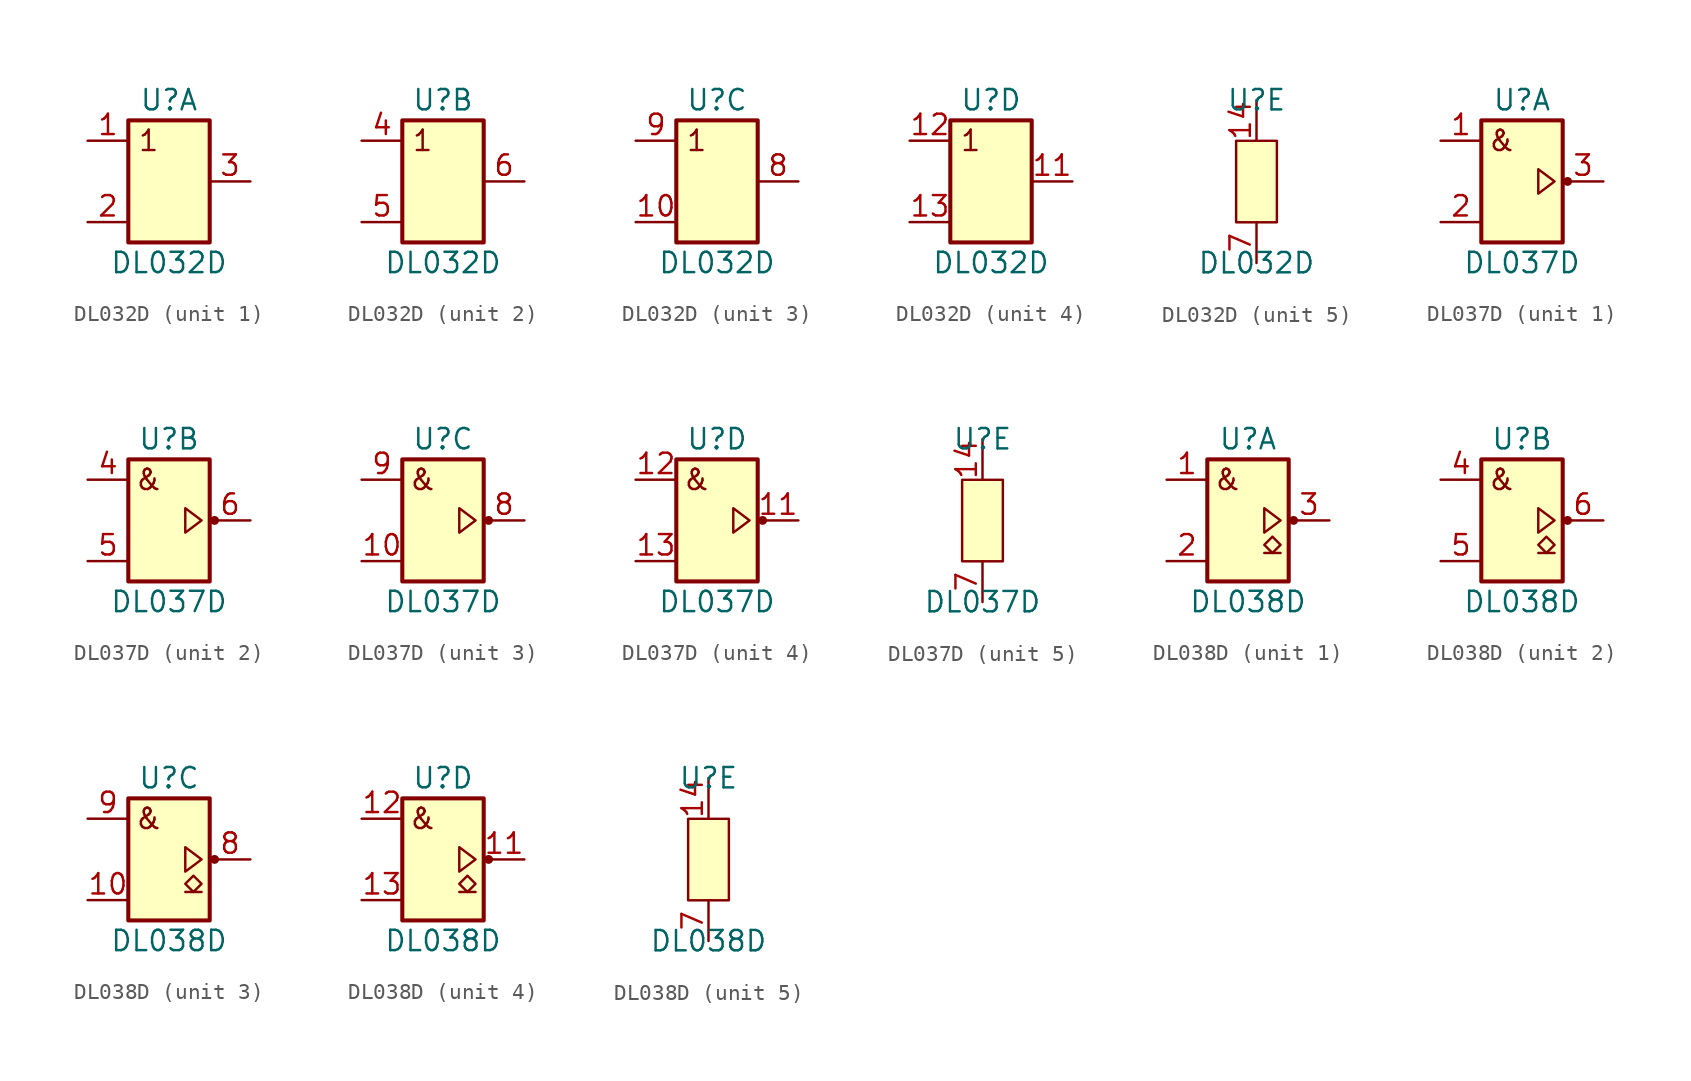
<source format=kicad_sym>
(kicad_symbol_lib
  (version 20211014)
  (generator kicad_symbol_editor)
  (symbol "DL032D"
    (pin_names
      (offset 1.016) hide)
    (property "Reference" "U"
      (at 0 5.08 0)
      (effects (font (size 1.27 1.27))))
    (property "Value" "DL032D"
      (at 0 -5.08 0)
      (effects (font (size 1.27 1.27))))
    (property "ki_locked" ""
      (at 0 0 0)
      (effects (font (size 1.27 1.27))))
    (symbol "DL032D_1_0"
      (pin output line (at 5.08 0 180) (length 2.54) (name "Y1" (effects (font (size 1.27 1.27)))) (number "3" (effects (font (size 1.27 1.27))))))
    (symbol "DL032D_1_1"
      (rectangle (start -2.54 3.81) (end 2.54 -3.81) (stroke (width 0.254) (type default) (color 0 0 0 0)) (fill (type background)))
      (text "1" (at -1.27 2.54 0) (effects (font (size 1.27 1.27))))
      (pin input line (at -5.08 2.54 0) (length 2.54) (name "A1" (effects (font (size 1.27 1.27)))) (number "1" (effects (font (size 1.27 1.27)))))
      (pin input line (at -5.08 -2.54 0) (length 2.54) (name "B1" (effects (font (size 1.27 1.27)))) (number "2" (effects (font (size 1.27 1.27))))))
    (symbol "DL032D_2_0"
      (pin input line (at -5.08 2.54 0) (length 2.54) (name "A2" (effects (font (size 1.27 1.27)))) (number "4" (effects (font (size 1.27 1.27)))))
      (pin input line (at -5.08 -2.54 0) (length 2.54) (name "B2" (effects (font (size 1.27 1.27)))) (number "5" (effects (font (size 1.27 1.27)))))
      (pin output line (at 5.08 0 180) (length 2.54) (name "Y2" (effects (font (size 1.27 1.27)))) (number "6" (effects (font (size 1.27 1.27))))))
    (symbol "DL032D_2_1"
      (rectangle (start -2.54 3.81) (end 2.54 -3.81) (stroke (width 0.254) (type default) (color 0 0 0 0)) (fill (type background)))
      (text "1" (at -1.27 2.54 0) (effects (font (size 1.27 1.27)))))
    (symbol "DL032D_3_0"
      (pin output line (at 5.08 0 180) (length 2.54) (name "Y3" (effects (font (size 1.27 1.27)))) (number "8" (effects (font (size 1.27 1.27))))))
    (symbol "DL032D_3_1"
      (rectangle (start -2.54 3.81) (end 2.54 -3.81) (stroke (width 0.254) (type default) (color 0 0 0 0)) (fill (type background)))
      (text "1" (at -1.27 2.54 0) (effects (font (size 1.27 1.27))))
      (pin input line (at -5.08 -2.54 0) (length 2.54) (name "B3" (effects (font (size 1.27 1.27)))) (number "10" (effects (font (size 1.27 1.27)))))
      (pin input line (at -5.08 2.54 0) (length 2.54) (name "A3" (effects (font (size 1.27 1.27)))) (number "9" (effects (font (size 1.27 1.27))))))
    (symbol "DL032D_4_0"
      (pin output line (at 5.08 0 180) (length 2.54) (name "Y4" (effects (font (size 1.27 1.27)))) (number "11" (effects (font (size 1.27 1.27))))))
    (symbol "DL032D_4_1"
      (rectangle (start -2.54 3.81) (end 2.54 -3.81) (stroke (width 0.254) (type default) (color 0 0 0 0)) (fill (type background)))
      (text "1" (at -1.27 2.54 0) (effects (font (size 1.27 1.27))))
      (pin input line (at -5.08 2.54 0) (length 2.54) (name "A4" (effects (font (size 1.27 1.27)))) (number "12" (effects (font (size 1.27 1.27)))))
      (pin input line (at -5.08 -2.54 0) (length 2.54) (name "B4" (effects (font (size 1.27 1.27)))) (number "13" (effects (font (size 1.27 1.27))))))
    (symbol "DL032D_5_1"
      (rectangle (start -1.27 2.54) (end 1.27 -2.54) (stroke (width 0) (type default) (color 0 0 0 0)) (fill (type background)))
      (pin power_in line (at 0 5.08 270) (length 2.54) (name "Vcc" (effects (font (size 1.27 1.27)))) (number "14" (effects (font (size 1.27 1.27)))))
      (pin power_in line (at 0 -5.08 90) (length 2.54) (name "GND" (effects (font (size 1.27 1.27)))) (number "7" (effects (font (size 1.27 1.27)))))))
  (symbol "DL037D"
    (pin_names
      (offset 1.016) hide)
    (property "Reference" "U"
      (at 0 5.08 0)
      (effects (font (size 1.27 1.27))))
    (property "Value" "DL037D"
      (at 0 -5.08 0)
      (effects (font (size 1.27 1.27))))
    (property "ki_locked" ""
      (at 0 0 0)
      (effects (font (size 1.27 1.27))))
    (symbol "DL037D_1_0"
      (pin output line (at 5.08 0 180) (length 2.54) (name "Y1" (effects (font (size 1.27 1.27)))) (number "3" (effects (font (size 1.27 1.27))))))
    (symbol "DL037D_1_1"
      (rectangle (start -2.54 3.81) (end 2.54 -3.81) (stroke (width 0.254) (type default) (color 0 0 0 0)) (fill (type background)))
      (polyline (pts (xy 2.032 0) (xy 1.016 0.762) (xy 1.016 -0.762) (xy 2.032 0)) (stroke (width 0) (type default) (color 0 0 0 0)) (fill (type none)))
      (circle (center 2.845 0) (radius 0.203) (stroke (width 0) (type default) (color 0 0 0 0)) (fill (type outline)))
      (text "&" (at -1.27 2.54 0) (effects (font (size 1.27 1.27))))
      (pin input line (at -5.08 2.54 0) (length 2.54) (name "A1" (effects (font (size 1.27 1.27)))) (number "1" (effects (font (size 1.27 1.27)))))
      (pin input line (at -5.08 -2.54 0) (length 2.54) (name "B1" (effects (font (size 1.27 1.27)))) (number "2" (effects (font (size 1.27 1.27))))))
    (symbol "DL037D_2_0"
      (pin input line (at -5.08 2.54 0) (length 2.54) (name "A2" (effects (font (size 1.27 1.27)))) (number "4" (effects (font (size 1.27 1.27)))))
      (pin input line (at -5.08 -2.54 0) (length 2.54) (name "B2" (effects (font (size 1.27 1.27)))) (number "5" (effects (font (size 1.27 1.27)))))
      (pin output line (at 5.08 0 180) (length 2.54) (name "Y2" (effects (font (size 1.27 1.27)))) (number "6" (effects (font (size 1.27 1.27))))))
    (symbol "DL037D_2_1"
      (rectangle (start -2.54 3.81) (end 2.54 -3.81) (stroke (width 0.254) (type default) (color 0 0 0 0)) (fill (type background)))
      (polyline (pts (xy 2.032 0) (xy 1.016 0.762) (xy 1.016 -0.762) (xy 2.032 0)) (stroke (width 0) (type default) (color 0 0 0 0)) (fill (type none)))
      (circle (center 2.845 0) (radius 0.203) (stroke (width 0) (type default) (color 0 0 0 0)) (fill (type outline)))
      (text "&" (at -1.27 2.54 0) (effects (font (size 1.27 1.27)))))
    (symbol "DL037D_3_0"
      (pin output line (at 5.08 0 180) (length 2.54) (name "Y3" (effects (font (size 1.27 1.27)))) (number "8" (effects (font (size 1.27 1.27))))))
    (symbol "DL037D_3_1"
      (rectangle (start -2.54 3.81) (end 2.54 -3.81) (stroke (width 0.254) (type default) (color 0 0 0 0)) (fill (type background)))
      (polyline (pts (xy 2.032 0) (xy 1.016 0.762) (xy 1.016 -0.762) (xy 2.032 0)) (stroke (width 0) (type default) (color 0 0 0 0)) (fill (type none)))
      (circle (center 2.845 0) (radius 0.203) (stroke (width 0) (type default) (color 0 0 0 0)) (fill (type outline)))
      (text "&" (at -1.27 2.54 0) (effects (font (size 1.27 1.27))))
      (pin input line (at -5.08 -2.54 0) (length 2.54) (name "B3" (effects (font (size 1.27 1.27)))) (number "10" (effects (font (size 1.27 1.27)))))
      (pin input line (at -5.08 2.54 0) (length 2.54) (name "A3" (effects (font (size 1.27 1.27)))) (number "9" (effects (font (size 1.27 1.27))))))
    (symbol "DL037D_4_0"
      (pin output line (at 5.08 0 180) (length 2.54) (name "Y4" (effects (font (size 1.27 1.27)))) (number "11" (effects (font (size 1.27 1.27))))))
    (symbol "DL037D_4_1"
      (rectangle (start -2.54 3.81) (end 2.54 -3.81) (stroke (width 0.254) (type default) (color 0 0 0 0)) (fill (type background)))
      (polyline (pts (xy 2.032 0) (xy 1.016 0.762) (xy 1.016 -0.762) (xy 2.032 0)) (stroke (width 0) (type default) (color 0 0 0 0)) (fill (type none)))
      (circle (center 2.845 0) (radius 0.203) (stroke (width 0) (type default) (color 0 0 0 0)) (fill (type outline)))
      (text "&" (at -1.27 2.54 0) (effects (font (size 1.27 1.27))))
      (pin input line (at -5.08 2.54 0) (length 2.54) (name "A4" (effects (font (size 1.27 1.27)))) (number "12" (effects (font (size 1.27 1.27)))))
      (pin input line (at -5.08 -2.54 0) (length 2.54) (name "B4" (effects (font (size 1.27 1.27)))) (number "13" (effects (font (size 1.27 1.27))))))
    (symbol "DL037D_5_1"
      (rectangle (start -1.27 2.54) (end 1.27 -2.54) (stroke (width 0) (type default) (color 0 0 0 0)) (fill (type background)))
      (pin power_in line (at 0 5.08 270) (length 2.54) (name "Vcc" (effects (font (size 1.27 1.27)))) (number "14" (effects (font (size 1.27 1.27)))))
      (pin power_in line (at 0 -5.08 90) (length 2.54) (name "GND" (effects (font (size 1.27 1.27)))) (number "7" (effects (font (size 1.27 1.27)))))))
  (symbol "DL038D"
    (pin_names
      (offset 1.016) hide)
    (property "Reference" "U"
      (at 0 5.08 0)
      (effects (font (size 1.27 1.27))))
    (property "Value" "DL038D"
      (at 0 -5.08 0)
      (effects (font (size 1.27 1.27))))
    (property "ki_locked" ""
      (at 0 0 0)
      (effects (font (size 1.27 1.27))))
    (symbol "DL038D_1_0"
      (pin open_collector line (at 5.08 0 180) (length 2.54) (name "Y1" (effects (font (size 1.27 1.27)))) (number "3" (effects (font (size 1.27 1.27))))))
    (symbol "DL038D_1_1"
      (rectangle (start -2.54 3.81) (end 2.54 -3.81) (stroke (width 0.254) (type default) (color 0 0 0 0)) (fill (type background)))
      (polyline (pts (xy 1.016 -2.032) (xy 2.032 -2.032)) (stroke (width 0) (type default) (color 0 0 0 0)) (fill (type none)))
      (polyline (pts (xy 2.032 0) (xy 1.016 0.762) (xy 1.016 -0.762) (xy 2.032 0)) (stroke (width 0) (type default) (color 0 0 0 0)) (fill (type none)))
      (polyline (pts (xy 1.524 -2.032) (xy 2.032 -1.524) (xy 1.524 -1.016) (xy 1.016 -1.524) (xy 1.524 -2.032)) (stroke (width 0) (type default) (color 0 0 0 0)) (fill (type none)))
      (circle (center 2.845 0) (radius 0.203) (stroke (width 0) (type default) (color 0 0 0 0)) (fill (type outline)))
      (text "&" (at -1.27 2.54 0) (effects (font (size 1.27 1.27))))
      (pin input line (at -5.08 2.54 0) (length 2.54) (name "A1" (effects (font (size 1.27 1.27)))) (number "1" (effects (font (size 1.27 1.27)))))
      (pin input line (at -5.08 -2.54 0) (length 2.54) (name "B1" (effects (font (size 1.27 1.27)))) (number "2" (effects (font (size 1.27 1.27))))))
    (symbol "DL038D_2_0"
      (pin input line (at -5.08 2.54 0) (length 2.54) (name "A2" (effects (font (size 1.27 1.27)))) (number "4" (effects (font (size 1.27 1.27)))))
      (pin input line (at -5.08 -2.54 0) (length 2.54) (name "B2" (effects (font (size 1.27 1.27)))) (number "5" (effects (font (size 1.27 1.27)))))
      (pin open_collector line (at 5.08 0 180) (length 2.54) (name "Y2" (effects (font (size 1.27 1.27)))) (number "6" (effects (font (size 1.27 1.27))))))
    (symbol "DL038D_2_1"
      (rectangle (start -2.54 3.81) (end 2.54 -3.81) (stroke (width 0.254) (type default) (color 0 0 0 0)) (fill (type background)))
      (polyline (pts (xy 1.016 -2.032) (xy 2.032 -2.032)) (stroke (width 0) (type default) (color 0 0 0 0)) (fill (type none)))
      (polyline (pts (xy 2.032 0) (xy 1.016 0.762) (xy 1.016 -0.762) (xy 2.032 0)) (stroke (width 0) (type default) (color 0 0 0 0)) (fill (type none)))
      (polyline (pts (xy 1.524 -2.032) (xy 2.032 -1.524) (xy 1.524 -1.016) (xy 1.016 -1.524) (xy 1.524 -2.032)) (stroke (width 0) (type default) (color 0 0 0 0)) (fill (type none)))
      (circle (center 2.845 0) (radius 0.203) (stroke (width 0) (type default) (color 0 0 0 0)) (fill (type outline)))
      (text "&" (at -1.27 2.54 0) (effects (font (size 1.27 1.27)))))
    (symbol "DL038D_3_0"
      (pin open_collector line (at 5.08 0 180) (length 2.54) (name "Y3" (effects (font (size 1.27 1.27)))) (number "8" (effects (font (size 1.27 1.27))))))
    (symbol "DL038D_3_1"
      (rectangle (start -2.54 3.81) (end 2.54 -3.81) (stroke (width 0.254) (type default) (color 0 0 0 0)) (fill (type background)))
      (polyline (pts (xy 1.016 -2.032) (xy 2.032 -2.032)) (stroke (width 0) (type default) (color 0 0 0 0)) (fill (type none)))
      (polyline (pts (xy 2.032 0) (xy 1.016 0.762) (xy 1.016 -0.762) (xy 2.032 0)) (stroke (width 0) (type default) (color 0 0 0 0)) (fill (type none)))
      (polyline (pts (xy 1.524 -2.032) (xy 2.032 -1.524) (xy 1.524 -1.016) (xy 1.016 -1.524) (xy 1.524 -2.032)) (stroke (width 0) (type default) (color 0 0 0 0)) (fill (type none)))
      (circle (center 2.845 0) (radius 0.203) (stroke (width 0) (type default) (color 0 0 0 0)) (fill (type outline)))
      (text "&" (at -1.27 2.54 0) (effects (font (size 1.27 1.27))))
      (pin input line (at -5.08 -2.54 0) (length 2.54) (name "B3" (effects (font (size 1.27 1.27)))) (number "10" (effects (font (size 1.27 1.27)))))
      (pin input line (at -5.08 2.54 0) (length 2.54) (name "A3" (effects (font (size 1.27 1.27)))) (number "9" (effects (font (size 1.27 1.27))))))
    (symbol "DL038D_4_0"
      (pin open_collector line (at 5.08 0 180) (length 2.54) (name "Y4" (effects (font (size 1.27 1.27)))) (number "11" (effects (font (size 1.27 1.27))))))
    (symbol "DL038D_4_1"
      (rectangle (start -2.54 3.81) (end 2.54 -3.81) (stroke (width 0.254) (type default) (color 0 0 0 0)) (fill (type background)))
      (polyline (pts (xy 1.016 -2.032) (xy 2.032 -2.032)) (stroke (width 0) (type default) (color 0 0 0 0)) (fill (type none)))
      (polyline (pts (xy 2.032 0) (xy 1.016 0.762) (xy 1.016 -0.762) (xy 2.032 0)) (stroke (width 0) (type default) (color 0 0 0 0)) (fill (type none)))
      (polyline (pts (xy 1.524 -2.032) (xy 2.032 -1.524) (xy 1.524 -1.016) (xy 1.016 -1.524) (xy 1.524 -2.032)) (stroke (width 0) (type default) (color 0 0 0 0)) (fill (type none)))
      (circle (center 2.845 0) (radius 0.203) (stroke (width 0) (type default) (color 0 0 0 0)) (fill (type outline)))
      (text "&" (at -1.27 2.54 0) (effects (font (size 1.27 1.27))))
      (pin input line (at -5.08 2.54 0) (length 2.54) (name "A4" (effects (font (size 1.27 1.27)))) (number "12" (effects (font (size 1.27 1.27)))))
      (pin input line (at -5.08 -2.54 0) (length 2.54) (name "B4" (effects (font (size 1.27 1.27)))) (number "13" (effects (font (size 1.27 1.27))))))
    (symbol "DL038D_5_1"
      (rectangle (start -1.27 2.54) (end 1.27 -2.54) (stroke (width 0) (type default) (color 0 0 0 0)) (fill (type background)))
      (pin power_in line (at 0 5.08 270) (length 2.54) (name "Vcc" (effects (font (size 1.27 1.27)))) (number "14" (effects (font (size 1.27 1.27)))))
      (pin power_in line (at 0 -5.08 90) (length 2.54) (name "GND" (effects (font (size 1.27 1.27)))) (number "7" (effects (font (size 1.27 1.27))))))))
</source>
